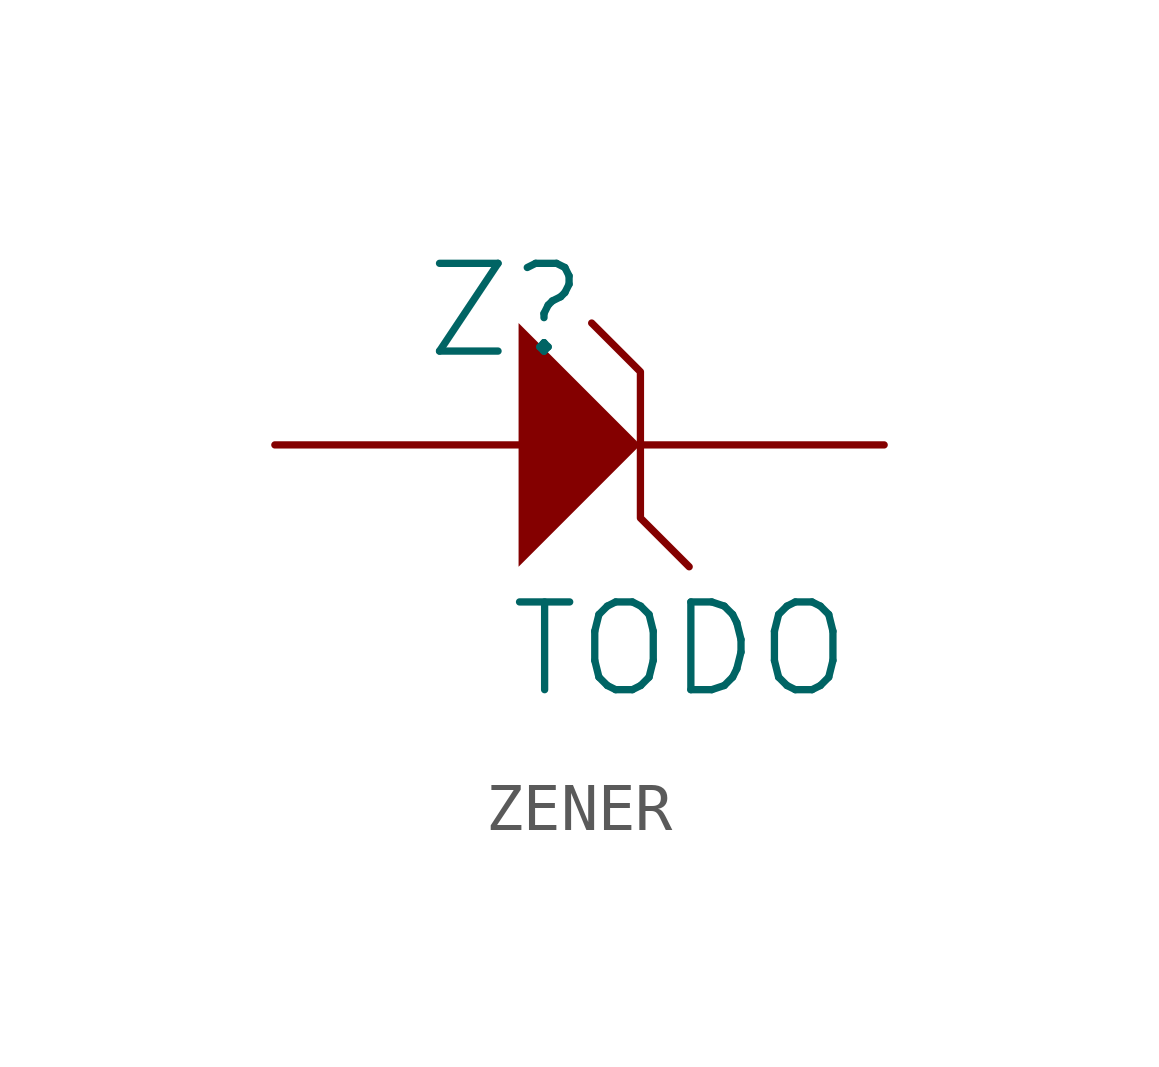
<source format=kicad_sym>
(kicad_symbol_lib
  (version 20241209)
  (generator "kicad_symbol_editor")
  (generator_version "9.0")
  (symbol "ZENER"
    (pin_numbers
      (hide yes))
    (pin_names
      (hide yes))
    (property "Reference" "Z"
      (at -0.254 0.254 0)
      (effects (font (size 1.829 1.829))))
    (property "Value" "${U_Z}"
      (at -0.254 -7.874 0)
      (effects (font (size 1.829 1.829)) (justify left bottom)))
    (property "U_Z" "TODO"
      (at -5.588 -10.414 0)
      (effects (font (size 1.829 1.829)) (justify left bottom) (hide yes)))
    (symbol "ZENER_1_0"
      (polyline (pts (xy 0 -5.08) (xy 2.54 -2.54) (xy 0 0) (xy 0 -5.08)) (stroke (width -0.0001) (type solid)) (fill (type outline)))
      (polyline (pts (xy 3.556 -5.08) (xy 2.54 -4.064) (xy 2.54 -1.016) (xy 1.524 0)) (stroke (width 0) (type solid)) (fill (type none)))
      (pin passive line (at -5.08 -2.54 0) (length 5.08) (name "A" (effects (font (size 1.27 1.27)))) (number "A" (effects (font (size 1.27 1.27)))))
      (pin passive line (at 7.62 -2.54 180) (length 5.08) (name "K" (effects (font (size 1.27 1.27)))) (number "K" (effects (font (size 1.27 1.27))))))))
</source>
